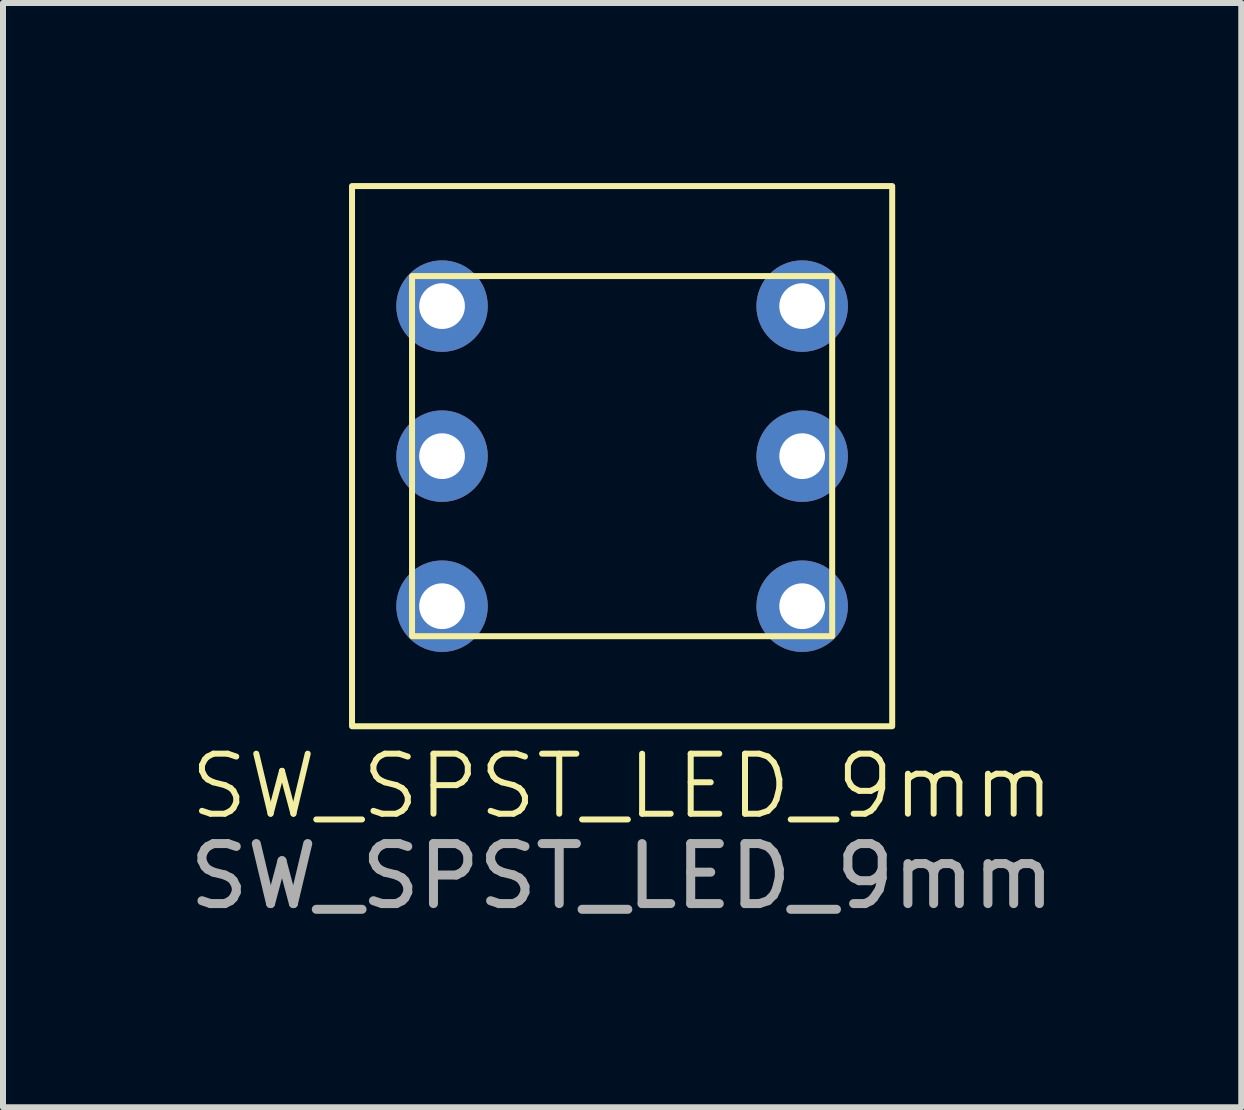
<source format=kicad_pcb>
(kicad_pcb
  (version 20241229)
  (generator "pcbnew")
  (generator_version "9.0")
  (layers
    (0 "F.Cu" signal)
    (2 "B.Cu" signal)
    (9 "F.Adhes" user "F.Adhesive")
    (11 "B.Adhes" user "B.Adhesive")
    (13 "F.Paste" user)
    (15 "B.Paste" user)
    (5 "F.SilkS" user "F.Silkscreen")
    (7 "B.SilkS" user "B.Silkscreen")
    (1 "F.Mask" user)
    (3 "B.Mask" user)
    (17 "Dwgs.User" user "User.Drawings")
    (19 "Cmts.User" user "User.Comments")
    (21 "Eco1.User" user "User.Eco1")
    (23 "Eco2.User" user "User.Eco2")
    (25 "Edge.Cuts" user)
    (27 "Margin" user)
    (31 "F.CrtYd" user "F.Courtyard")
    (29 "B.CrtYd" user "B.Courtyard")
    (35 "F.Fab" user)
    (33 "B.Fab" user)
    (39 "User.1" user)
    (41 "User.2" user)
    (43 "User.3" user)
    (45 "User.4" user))
  (footprint "SW_SPST_LED_9mm"
    (layer "F.Cu")
    (at 7.315 4.55)
    (property "Reference" "SW_SPST_LED_9mm" (at 0 5.5 0) (unlocked yes) (layer "F.SilkS") (effects (font (size 1 1) (thickness 0.1))))
    (attr through_hole)
    (fp_rect (start -4.5 -4.5) (end 4.5 4.5) (stroke (width 0.1) (type default)) (fill no) (layer "F.SilkS"))
    (fp_rect (start -3.5 -3) (end 3.5 3) (stroke (width 0.1) (type default)) (fill no) (layer "F.SilkS"))
    (fp_text user "${REFERENCE}" (at 0 7 0) (unlocked yes) (layer "F.Fab") (effects (font (size 1 1) (thickness 0.15))))
    (pad "1" thru_hole circle (at 3 -2.5) (size 1.524 1.524) (drill 0.762) (layers "*.Cu" "*.Mask"))
    (pad "2" thru_hole circle (at -3 -2.5) (size 1.524 1.524) (drill 0.762) (layers "*.Cu" "*.Mask"))
    (pad "3" thru_hole circle (at -3 2.5) (size 1.524 1.524) (drill 0.762) (layers "*.Cu" "*.Mask"))
    (pad "4" thru_hole circle (at 3 2.5) (size 1.524 1.524) (drill 0.762) (layers "*.Cu" "*.Mask"))
    (pad "5" thru_hole circle (at 3 0) (size 1.524 1.524) (drill 0.762) (layers "*.Cu" "*.Mask"))
    (pad "6" thru_hole circle (at -3 0) (size 1.524 1.524) (drill 0.762) (layers "*.Cu" "*.Mask")))
  (gr_rect
    (start -3 -3)
    (end 17.631 15.398)
    (stroke (width 0.1) (type default))
    (fill no)
    (layer "Edge.Cuts")))
</source>
